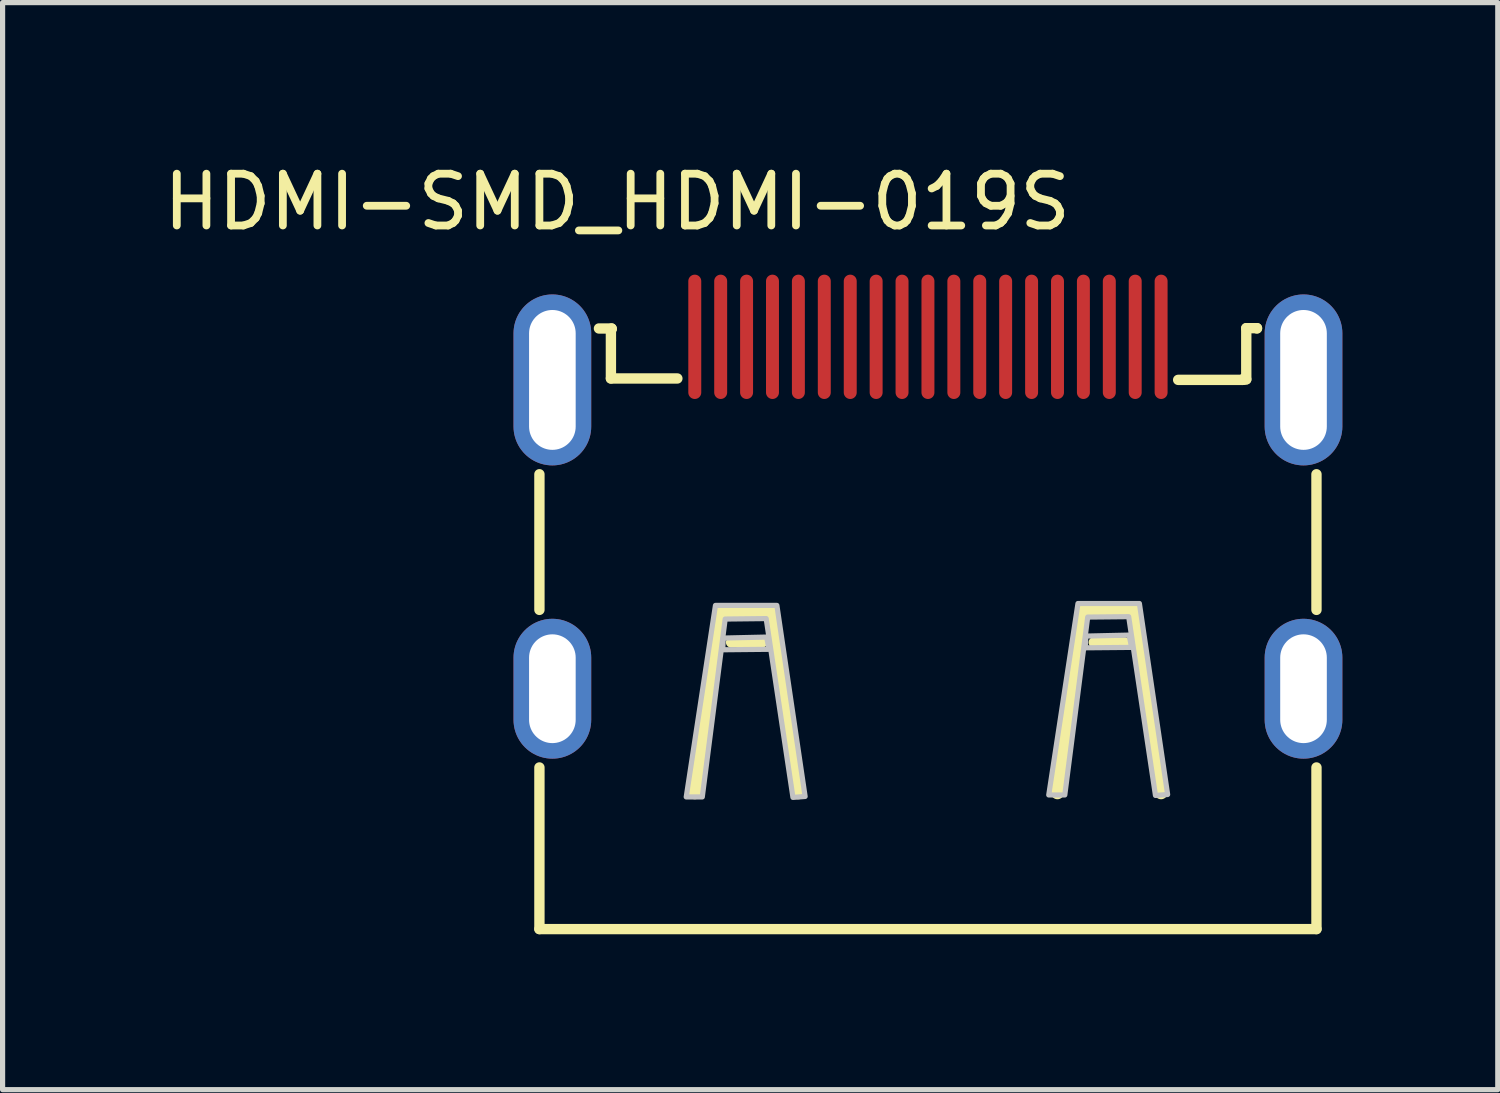
<source format=kicad_pcb>
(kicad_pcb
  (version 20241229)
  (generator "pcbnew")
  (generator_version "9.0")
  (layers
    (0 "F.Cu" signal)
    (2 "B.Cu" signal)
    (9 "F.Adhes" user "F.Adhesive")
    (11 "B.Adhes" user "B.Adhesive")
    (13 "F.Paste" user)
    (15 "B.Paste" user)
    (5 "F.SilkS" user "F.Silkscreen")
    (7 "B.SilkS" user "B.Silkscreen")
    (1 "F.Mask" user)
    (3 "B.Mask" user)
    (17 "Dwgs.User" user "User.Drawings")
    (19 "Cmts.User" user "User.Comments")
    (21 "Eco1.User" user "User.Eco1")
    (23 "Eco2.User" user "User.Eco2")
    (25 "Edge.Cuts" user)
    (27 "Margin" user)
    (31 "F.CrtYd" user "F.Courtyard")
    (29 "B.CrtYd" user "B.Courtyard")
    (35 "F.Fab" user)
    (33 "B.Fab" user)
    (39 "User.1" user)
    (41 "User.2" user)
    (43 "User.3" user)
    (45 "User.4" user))
  (footprint "HDMI-SMD_HDMI-019S"
    (layer "F.Cu")
    (at 14.863 6.848)
    (property "Reference" "HDMI-SMD_HDMI-019S" (at -6 -6 0) (layer "F.SilkS") (effects (font (size 1 1) (thickness 0.15))))
    (fp_line (start -7.5 1.875) (end -7.5 -0.743) (stroke (width 0.2) (type default)) (layer "F.SilkS"))
    (fp_line (start -7.5 8.037) (end -7.5 4.917) (stroke (width 0.2) (type default)) (layer "F.SilkS"))
    (fp_line (start -7.5 8.037) (end 7.5 8.037) (stroke (width 0.2) (type default)) (layer "F.SilkS"))
    (fp_line (start -6.351 -3.557) (end -6.107 -3.557) (stroke (width 0.2) (type default)) (layer "F.SilkS"))
    (fp_line (start -6.12 -3.545) (end -6.12 -2.592) (stroke (width 0.2) (type default)) (layer "F.SilkS"))
    (fp_line (start -6.12 -2.592) (end -4.837 -2.592) (stroke (width 0.2) (type default)) (layer "F.SilkS"))
    (fp_line (start -6.107 -3.557) (end -6.107 -3.545) (stroke (width 0.2) (type default)) (layer "F.SilkS"))
    (fp_line (start -6.107 -3.545) (end -6.12 -3.545) (stroke (width 0.2) (type default)) (layer "F.SilkS"))
    (fp_line (start -4 1.904) (end -4.5 5.404) (stroke (width 0.254) (type default)) (layer "F.SilkS"))
    (fp_line (start -3.2 2.503) (end -3.8 2.503) (stroke (width 0.2) (type default)) (layer "F.SilkS"))
    (fp_line (start -3 1.904) (end -4 1.904) (stroke (width 0.254) (type default)) (layer "F.SilkS"))
    (fp_line (start -2.5 5.404) (end -3 1.904) (stroke (width 0.254) (type default)) (layer "F.SilkS"))
    (fp_line (start 2.5 5.404) (end 3 1.904) (stroke (width 0.254) (type default)) (layer "F.SilkS"))
    (fp_line (start 3 1.904) (end 4 1.904) (stroke (width 0.254) (type default)) (layer "F.SilkS"))
    (fp_line (start 3.2 2.503) (end 3.8 2.503) (stroke (width 0.2) (type default)) (layer "F.SilkS"))
    (fp_line (start 4 1.904) (end 4.5 5.404) (stroke (width 0.254) (type default)) (layer "F.SilkS"))
    (fp_line (start 4.83 -2.565) (end 6.08 -2.565) (stroke (width 0.2) (type default)) (layer "F.SilkS"))
    (fp_line (start 6.08 -2.575) (end 6.145 -2.575) (stroke (width 0.2) (type default)) (layer "F.SilkS"))
    (fp_line (start 6.08 -2.565) (end 6.08 -2.575) (stroke (width 0.2) (type default)) (layer "F.SilkS"))
    (fp_line (start 6.145 -3.563) (end 6.352 -3.563) (stroke (width 0.2) (type default)) (layer "F.SilkS"))
    (fp_line (start 6.145 -2.575) (end 6.145 -3.563) (stroke (width 0.2) (type default)) (layer "F.SilkS"))
    (fp_line (start 6.352 -3.563) (end 6.352 -3.557) (stroke (width 0.2) (type default)) (layer "F.SilkS"))
    (fp_line (start 7.5 1.875) (end 7.5 -0.743) (stroke (width 0.2) (type default)) (layer "F.SilkS"))
    (fp_line (start 7.5 8.037) (end 7.5 4.917) (stroke (width 0.2) (type default)) (layer "F.SilkS"))
    (fp_poly (pts (arc (start -4.626 -4.471) (mid -4.501 -4.596) (end -4.376 -4.471)) (arc (start -4.376 -2.321) (mid -4.501 -2.196) (end -4.626 -2.321))) (stroke (width 0) (type default)) (fill yes) (layer "F.Paste"))
    (fp_poly (pts (arc (start -4.126 -4.471) (mid -4.001 -4.596) (end -3.876 -4.471)) (arc (start -3.876 -2.321) (mid -4.001 -2.196) (end -4.126 -2.321))) (stroke (width 0) (type default)) (fill yes) (layer "F.Paste"))
    (fp_poly (pts (arc (start -3.6255 -4.471) (mid -3.5005 -4.596) (end -3.3755 -4.471)) (arc (start -3.3755 -2.321) (mid -3.5005 -2.196) (end -3.6255 -2.321))) (stroke (width 0) (type default)) (fill yes) (layer "F.Paste"))
    (fp_poly (pts (arc (start -3.1255 -4.471) (mid -3.0005 -4.596) (end -2.8755 -4.471)) (arc (start -2.8755 -2.321) (mid -3.0005 -2.196) (end -3.1255 -2.321))) (stroke (width 0) (type default)) (fill yes) (layer "F.Paste"))
    (fp_poly (pts (arc (start -2.6255 -4.471) (mid -2.5005 -4.596) (end -2.3755 -4.471)) (arc (start -2.3755 -2.321) (mid -2.5005 -2.196) (end -2.6255 -2.321))) (stroke (width 0) (type default)) (fill yes) (layer "F.Paste"))
    (fp_poly (pts (arc (start -2.1255 -4.471) (mid -2.0005 -4.596) (end -1.8755 -4.471)) (arc (start -1.8755 -2.321) (mid -2.0005 -2.196) (end -2.1255 -2.321))) (stroke (width 0) (type default)) (fill yes) (layer "F.Paste"))
    (fp_poly (pts (arc (start -1.6255 -4.471) (mid -1.5005 -4.596) (end -1.3755 -4.471)) (arc (start -1.3755 -2.321) (mid -1.5005 -2.196) (end -1.6255 -2.321))) (stroke (width 0) (type default)) (fill yes) (layer "F.Paste"))
    (fp_poly (pts (arc (start -1.125 -4.471) (mid -1 -4.594509) (end -0.875 -4.471)) (arc (start -0.875 -2.321) (mid -1 -2.197984) (end -1.125 -2.321))) (stroke (width 0) (type default)) (fill yes) (layer "F.Paste"))
    (fp_poly (pts (arc (start -0.625 -4.471) (mid -0.5 -4.594509) (end -0.375 -4.471)) (arc (start -0.375 -2.321) (mid -0.5 -2.197984) (end -0.625 -2.321))) (stroke (width 0) (type default)) (fill yes) (layer "F.Paste"))
    (fp_poly (pts (arc (start -0.125 -4.471) (mid 0 -4.596) (end 0.125 -4.471)) (arc (start 0.125 -2.321) (mid 0 -2.196) (end -0.125 -2.321))) (stroke (width 0) (type default)) (fill yes) (layer "F.Paste"))
    (fp_poly (pts (arc (start 0.375 -4.471) (mid 0.5 -4.596) (end 0.625 -4.471)) (arc (start 0.625 -2.321) (mid 0.5 -2.196) (end 0.375 -2.321))) (stroke (width 0) (type default)) (fill yes) (layer "F.Paste"))
    (fp_poly (pts (arc (start 0.875 -4.471) (mid 1 -4.596) (end 1.1255 -4.471)) (arc (start 1.1255 -2.321) (mid 1 -2.1955) (end 0.875 -2.321))) (stroke (width 0) (type default)) (fill yes) (layer "F.Paste"))
    (fp_poly (pts (arc (start 1.3755 -4.471) (mid 1.5005 -4.596) (end 1.6255 -4.471)) (arc (start 1.6255 -2.321) (mid 1.5005 -2.196) (end 1.3755 -2.321))) (stroke (width 0) (type default)) (fill yes) (layer "F.Paste"))
    (fp_poly (pts (arc (start 1.8755 -4.471) (mid 2.0005 -4.596) (end 2.1255 -4.471)) (arc (start 2.1255 -2.321) (mid 2.0005 -2.196) (end 1.8755 -2.321))) (stroke (width 0) (type default)) (fill yes) (layer "F.Paste"))
    (fp_poly (pts (arc (start 2.3755 -4.471) (mid 2.5005 -4.596) (end 2.6255 -4.471)) (arc (start 2.6255 -2.321) (mid 2.5005 -2.196) (end 2.3755 -2.321))) (stroke (width 0) (type default)) (fill yes) (layer "F.Paste"))
    (fp_poly (pts (arc (start 2.8755 -4.471) (mid 3.0005 -4.596) (end 3.1255 -4.471)) (arc (start 3.1255 -2.321) (mid 3.0005 -2.196) (end 2.8755 -2.321))) (stroke (width 0) (type default)) (fill yes) (layer "F.Paste"))
    (fp_poly (pts (arc (start 3.3755 -4.471) (mid 3.5005 -4.596) (end 3.6255 -4.471)) (arc (start 3.6255 -2.321) (mid 3.5005 -2.196) (end 3.3755 -2.321))) (stroke (width 0) (type default)) (fill yes) (layer "F.Paste"))
    (fp_poly (pts (arc (start 3.876 -4.471) (mid 4.001 -4.596) (end 4.126 -4.471)) (arc (start 4.126 -2.321) (mid 4.001 -2.196) (end 3.876 -2.321))) (stroke (width 0) (type default)) (fill yes) (layer "F.Paste"))
    (fp_poly (pts (arc (start 4.376 -4.471) (mid 4.501 -4.596) (end 4.626 -4.471)) (arc (start 4.626 -2.321) (mid 4.501 -2.196) (end 4.376 -2.321))) (stroke (width 0) (type default)) (fill yes) (layer "F.Paste"))
    (fp_poly (pts (arc (start -7.999 -3.464) (mid -7.249 -4.214) (end -6.499 -3.464)) (arc (start -6.499 -1.664) (mid -7.249 -0.914) (end -7.999 -1.664))) (stroke (width 0) (type default)) (fill yes) (layer "F.Paste"))
    (fp_poly (pts (arc (start -7.999 2.8355) (mid -7.249 2.0855) (end -6.499 2.8355)) (arc (start -6.499 4.0355) (mid -7.249 4.7855) (end -7.999 4.0355))) (stroke (width 0) (type default)) (fill yes) (layer "F.Paste"))
    (fp_poly (pts (arc (start 6.499 -3.464) (mid 7.249 -4.214) (end 7.999 -3.464)) (arc (start 7.999 -1.664) (mid 7.249 -0.914) (end 6.499 -1.664))) (stroke (width 0) (type default)) (fill yes) (layer "F.Paste"))
    (fp_poly (pts (arc (start 6.499 2.8355) (mid 7.249 2.0855) (end 7.999 2.8355)) (arc (start 7.999 4.0355) (mid 7.249 4.7855) (end 6.499 4.0355))) (stroke (width 0) (type default)) (fill yes) (layer "F.Paste"))
    (fp_poly (pts (xy -3.951 2.419) (xy -3.114 2.4) (xy -3.067 2.636) (xy -3.961 2.645)) (stroke (width 0.1) (type default)) (fill no) (layer "Dwgs.User"))
    (fp_poly (pts (xy 3.047 2.381) (xy 3.884 2.362) (xy 3.931 2.599) (xy 3.037 2.607)) (stroke (width 0.1) (type default)) (fill no) (layer "Dwgs.User"))
    (fp_poly (pts (xy -4.666 5.486) (xy -4.356 5.486) (xy -3.914 2.052) (xy -3.123 2.043) (xy -2.606 5.495) (xy -2.371 5.477) (xy -2.916 1.789) (xy -4.102 1.789)) (stroke (width 0.1) (type default)) (fill no) (layer "Dwgs.User"))
    (fp_poly (pts (xy 2.332 5.448) (xy 2.642 5.448) (xy 3.084 2.014) (xy 3.875 2.006) (xy 4.392 5.457) (xy 4.627 5.439) (xy 4.082 1.752) (xy 2.896 1.752)) (stroke (width 0.1) (type default)) (fill no) (layer "Dwgs.User"))
    (fp_poly (pts (xy -7.5 -3.564) (xy -7 -3.564) (xy -7 -1.564) (xy -7.5 -1.564)) (stroke (width 0.1) (type default)) (fill no) (layer "User.1"))
    (fp_poly (pts (xy -7.5 2.896) (xy -7 2.896) (xy -7 3.896) (xy -7.5 3.896)) (stroke (width 0.1) (type default)) (fill no) (layer "User.1"))
    (fp_poly (pts (xy -4.611 -3.596) (xy -4.391 -3.596) (xy -4.391 -2.496) (xy -4.611 -2.496)) (stroke (width 0.1) (type default)) (fill no) (layer "User.1"))
    (fp_poly (pts (xy -4.111 -3.596) (xy -3.89 -3.596) (xy -3.89 -2.496) (xy -4.111 -2.496)) (stroke (width 0.1) (type default)) (fill no) (layer "User.1"))
    (fp_poly (pts (xy -3.611 -3.596) (xy -3.39 -3.596) (xy -3.39 -2.496) (xy -3.611 -2.496)) (stroke (width 0.1) (type default)) (fill no) (layer "User.1"))
    (fp_poly (pts (xy -3.111 -3.596) (xy -2.89 -3.596) (xy -2.89 -2.496) (xy -3.111 -2.496)) (stroke (width 0.1) (type default)) (fill no) (layer "User.1"))
    (fp_poly (pts (xy -2.611 -3.596) (xy -2.39 -3.596) (xy -2.39 -2.496) (xy -2.611 -2.496)) (stroke (width 0.1) (type default)) (fill no) (layer "User.1"))
    (fp_poly (pts (xy -2.111 -3.596) (xy -1.891 -3.596) (xy -1.891 -2.496) (xy -2.111 -2.496)) (stroke (width 0.1) (type default)) (fill no) (layer "User.1"))
    (fp_poly (pts (xy -1.611 -3.596) (xy -1.391 -3.596) (xy -1.391 -2.496) (xy -1.611 -2.496)) (stroke (width 0.1) (type default)) (fill no) (layer "User.1"))
    (fp_poly (pts (xy -1.11 -3.596) (xy -0.89 -3.596) (xy -0.89 -2.496) (xy -1.11 -2.496)) (stroke (width 0.1) (type default)) (fill no) (layer "User.1"))
    (fp_poly (pts (xy -0.61 -3.596) (xy -0.39 -3.596) (xy -0.39 -2.496) (xy -0.61 -2.496)) (stroke (width 0.1) (type default)) (fill no) (layer "User.1"))
    (fp_poly (pts (xy -0.11 -3.596) (xy 0.11 -3.596) (xy 0.11 -2.496) (xy -0.11 -2.496)) (stroke (width 0.1) (type default)) (fill no) (layer "User.1"))
    (fp_poly (pts (xy 0.39 -3.596) (xy 0.61 -3.596) (xy 0.61 -2.496) (xy 0.39 -2.496)) (stroke (width 0.1) (type default)) (fill no) (layer "User.1"))
    (fp_poly (pts (xy 0.89 -3.596) (xy 1.111 -3.596) (xy 1.111 -2.496) (xy 0.89 -2.496)) (stroke (width 0.1) (type default)) (fill no) (layer "User.1"))
    (fp_poly (pts (xy 1.391 -3.596) (xy 1.611 -3.596) (xy 1.611 -2.496) (xy 1.391 -2.496)) (stroke (width 0.1) (type default)) (fill no) (layer "User.1"))
    (fp_poly (pts (xy 1.891 -3.596) (xy 2.111 -3.596) (xy 2.111 -2.496) (xy 1.891 -2.496)) (stroke (width 0.1) (type default)) (fill no) (layer "User.1"))
    (fp_poly (pts (xy 2.39 -3.596) (xy 2.611 -3.596) (xy 2.611 -2.496) (xy 2.39 -2.496)) (stroke (width 0.1) (type default)) (fill no) (layer "User.1"))
    (fp_poly (pts (xy 2.89 -3.596) (xy 3.111 -3.596) (xy 3.111 -2.496) (xy 2.89 -2.496)) (stroke (width 0.1) (type default)) (fill no) (layer "User.1"))
    (fp_poly (pts (xy 3.39 -3.596) (xy 3.611 -3.596) (xy 3.611 -2.496) (xy 3.39 -2.496)) (stroke (width 0.1) (type default)) (fill no) (layer "User.1"))
    (fp_poly (pts (xy 3.891 -3.596) (xy 4.111 -3.596) (xy 4.111 -2.496) (xy 3.891 -2.496)) (stroke (width 0.1) (type default)) (fill no) (layer "User.1"))
    (fp_poly (pts (xy 4.391 -3.596) (xy 4.611 -3.596) (xy 4.611 -2.496) (xy 4.391 -2.496)) (stroke (width 0.1) (type default)) (fill no) (layer "User.1"))
    (fp_poly (pts (xy 7 -3.564) (xy 7.5 -3.564) (xy 7.5 -1.564) (xy 7 -1.564)) (stroke (width 0.1) (type default)) (fill no) (layer "User.1"))
    (fp_poly (pts (xy 7 2.896) (xy 7.5 2.896) (xy 7.5 3.896) (xy 7 3.896)) (stroke (width 0.1) (type default)) (fill no) (layer "User.1"))
    (fp_line (start -7.5 -3.563) (end -6.1 -3.563) (stroke (width 0.051) (type default)) (layer "User.2"))
    (fp_line (start -7.5 8.037) (end -7.5 -3.563) (stroke (width 0.051) (type default)) (layer "User.2"))
    (fp_line (start -6.1 -3.563) (end -6.1 -2.567) (stroke (width 0.051) (type default)) (layer "User.2"))
    (fp_line (start -6.1 -2.567) (end 6.1 -2.567) (stroke (width 0.051) (type default)) (layer "User.2"))
    (fp_line (start 6.1 -3.563) (end 7.5 -3.563) (stroke (width 0.051) (type default)) (layer "User.2"))
    (fp_line (start 6.1 -2.567) (end 6.1 -3.563) (stroke (width 0.051) (type default)) (layer "User.2"))
    (fp_line (start 7.5 -3.563) (end 7.5 8.037) (stroke (width 0.051) (type default)) (layer "User.2"))
    (fp_line (start 7.5 8.037) (end -7.5 8.037) (stroke (width 0.051) (type default)) (layer "User.2"))
    (fp_poly (pts (xy 7.56 -3.596) (xy 7.542 -3.638) (xy 7.5 -3.656) (xy 7.458 -3.638) (xy 7.44 -3.596) (xy 7.458 -3.554) (xy 7.5 -3.536) (xy 7.542 -3.554)) (stroke (width 0.1) (type default)) (fill no) (layer "User.3"))
    (pad "1" smd oval (at 4.501 -3.396) (size 0.25 2.4) (layers "F.Cu" "F.Mask" "F.Paste"))
    (pad "2" smd oval (at 4.001 -3.396) (size 0.25 2.4) (layers "F.Cu" "F.Mask" "F.Paste"))
    (pad "3" smd oval (at 3.501 -3.396) (size 0.25 2.4) (layers "F.Cu" "F.Mask" "F.Paste"))
    (pad "4" smd oval (at 3.001 -3.396) (size 0.25 2.4) (layers "F.Cu" "F.Mask" "F.Paste"))
    (pad "5" smd oval (at 2.501 -3.396) (size 0.25 2.4) (layers "F.Cu" "F.Mask" "F.Paste"))
    (pad "6" smd oval (at 2.001 -3.396) (size 0.25 2.4) (layers "F.Cu" "F.Mask" "F.Paste"))
    (pad "7" smd oval (at 1.5 -3.396) (size 0.25 2.4) (layers "F.Cu" "F.Mask" "F.Paste"))
    (pad "8" smd oval (at 1 -3.396) (size 0.25 2.4) (layers "F.Cu" "F.Mask" "F.Paste"))
    (pad "9" smd oval (at 0.5 -3.396) (size 0.25 2.4) (layers "F.Cu" "F.Mask" "F.Paste"))
    (pad "10" smd oval (at 0 -3.396) (size 0.25 2.4) (layers "F.Cu" "F.Mask" "F.Paste"))
    (pad "11" smd oval (at -0.5 -3.396) (size 0.25 2.4) (layers "F.Cu" "F.Mask" "F.Paste"))
    (pad "12" smd oval (at -1 -3.396) (size 0.25 2.4) (layers "F.Cu" "F.Mask" "F.Paste"))
    (pad "13" smd oval (at -1.5 -3.396) (size 0.25 2.4) (layers "F.Cu" "F.Mask" "F.Paste"))
    (pad "14" smd oval (at -2.001 -3.396) (size 0.25 2.4) (layers "F.Cu" "F.Mask" "F.Paste"))
    (pad "15" smd oval (at -2.501 -3.396) (size 0.25 2.4) (layers "F.Cu" "F.Mask" "F.Paste"))
    (pad "16" smd oval (at -3.001 -3.396) (size 0.25 2.4) (layers "F.Cu" "F.Mask" "F.Paste"))
    (pad "17" smd oval (at -3.501 -3.396) (size 0.25 2.4) (layers "F.Cu" "F.Mask" "F.Paste"))
    (pad "18" smd oval (at -4.001 -3.396) (size 0.25 2.4) (layers "F.Cu" "F.Mask" "F.Paste"))
    (pad "19" smd oval (at -4.501 -3.396) (size 0.25 2.4) (layers "F.Cu" "F.Mask" "F.Paste"))
    (pad "20" thru_hole oval (at 7.25 3.397) (size 1.5 2.7) (drill oval 0.9 2.1) (layers "*.Cu" "*.Mask"))
    (pad "21" thru_hole oval (at -7.25 3.397) (size 1.5 2.7) (drill oval 0.9 2.1) (layers "*.Cu" "*.Mask"))
    (pad "22" thru_hole oval (at 7.25 -2.564) (size 1.5 3.3) (drill oval 0.9 2.7) (layers "*.Cu" "*.Mask"))
    (pad "23" thru_hole oval (at -7.25 -2.564) (size 1.5 3.3) (drill oval 0.9 2.7) (layers "*.Cu" "*.Mask")))
  (gr_rect
    (start -3 -3)
    (end 25.863 17.985)
    (stroke (width 0.1) (type default))
    (fill no)
    (layer "Edge.Cuts")))
</source>
